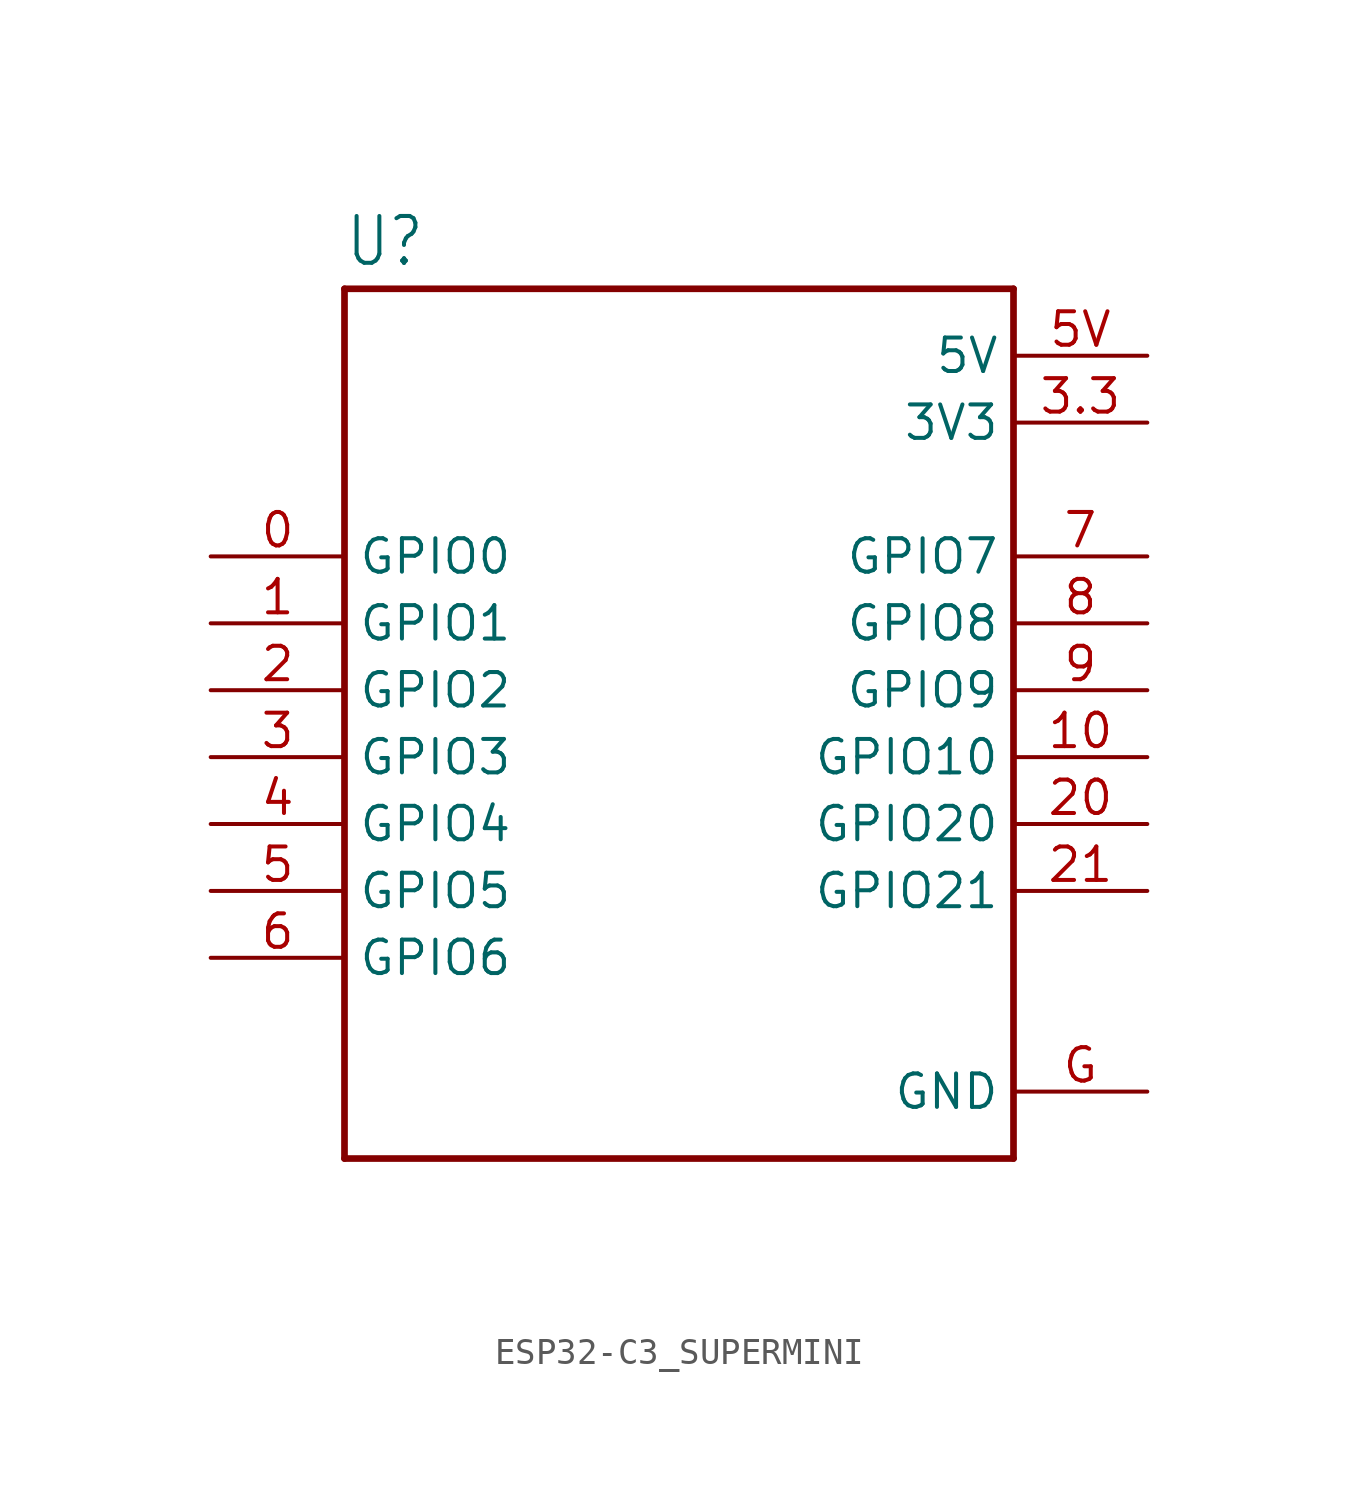
<source format=kicad_sym>
(kicad_symbol_lib
  (version 20231120)
  (generator "kicad_symbol_editor")
  (generator_version "8.0")
  (symbol "ESP32-C3_SUPERMINI"
    (property "Reference" "U"
      (at -12.7 16.002 0)
      (effects (font (size 1.778 1.511)) (justify left bottom)))
    (property "Value" ""
      (at -12.7 -20.32 0)
      (effects (font (size 1.778 1.511)) (justify left bottom)))
    (property "ki_locked" ""
      (at 0 0 0)
      (effects (font (size 1.27 1.27))))
    (symbol "ESP32-C3_SUPERMINI_1_0"
      (polyline (pts (xy -12.7 -17.78) (xy 12.7 -17.78)) (stroke (width 0.254) (type solid)) (fill (type none)))
      (polyline (pts (xy -12.7 15.24) (xy -12.7 -17.78)) (stroke (width 0.254) (type solid)) (fill (type none)))
      (polyline (pts (xy 12.7 -17.78) (xy 12.7 15.24)) (stroke (width 0.254) (type solid)) (fill (type none)))
      (polyline (pts (xy 12.7 15.24) (xy -12.7 15.24)) (stroke (width 0.254) (type solid)) (fill (type none)))
      (pin bidirectional line (at -17.78 5.08 0) (length 5.08) (name "GPIO0" (effects (font (size 1.27 1.27)))) (number "0" (effects (font (size 1.27 1.27)))))
      (pin bidirectional line (at -17.78 2.54 0) (length 5.08) (name "GPIO1" (effects (font (size 1.27 1.27)))) (number "1" (effects (font (size 1.27 1.27)))))
      (pin bidirectional line (at 17.78 -2.54 180) (length 5.08) (name "GPIO10" (effects (font (size 1.27 1.27)))) (number "10" (effects (font (size 1.27 1.27)))))
      (pin bidirectional line (at -17.78 0 0) (length 5.08) (name "GPIO2" (effects (font (size 1.27 1.27)))) (number "2" (effects (font (size 1.27 1.27)))))
      (pin bidirectional line (at 17.78 -5.08 180) (length 5.08) (name "GPIO20" (effects (font (size 1.27 1.27)))) (number "20" (effects (font (size 1.27 1.27)))))
      (pin bidirectional line (at 17.78 -7.62 180) (length 5.08) (name "GPIO21" (effects (font (size 1.27 1.27)))) (number "21" (effects (font (size 1.27 1.27)))))
      (pin bidirectional line (at -17.78 -2.54 0) (length 5.08) (name "GPIO3" (effects (font (size 1.27 1.27)))) (number "3" (effects (font (size 1.27 1.27)))))
      (pin power_in line (at 17.78 10.16 180) (length 5.08) (name "3V3" (effects (font (size 1.27 1.27)))) (number "3.3" (effects (font (size 1.27 1.27)))))
      (pin bidirectional line (at -17.78 -5.08 0) (length 5.08) (name "GPIO4" (effects (font (size 1.27 1.27)))) (number "4" (effects (font (size 1.27 1.27)))))
      (pin bidirectional line (at -17.78 -7.62 0) (length 5.08) (name "GPIO5" (effects (font (size 1.27 1.27)))) (number "5" (effects (font (size 1.27 1.27)))))
      (pin power_in line (at 17.78 12.7 180) (length 5.08) (name "5V" (effects (font (size 1.27 1.27)))) (number "5V" (effects (font (size 1.27 1.27)))))
      (pin bidirectional line (at -17.78 -10.16 0) (length 5.08) (name "GPIO6" (effects (font (size 1.27 1.27)))) (number "6" (effects (font (size 1.27 1.27)))))
      (pin bidirectional line (at 17.78 5.08 180) (length 5.08) (name "GPIO7" (effects (font (size 1.27 1.27)))) (number "7" (effects (font (size 1.27 1.27)))))
      (pin bidirectional line (at 17.78 2.54 180) (length 5.08) (name "GPIO8" (effects (font (size 1.27 1.27)))) (number "8" (effects (font (size 1.27 1.27)))))
      (pin bidirectional line (at 17.78 0 180) (length 5.08) (name "GPIO9" (effects (font (size 1.27 1.27)))) (number "9" (effects (font (size 1.27 1.27)))))
      (pin power_in line (at 17.78 -15.24 180) (length 5.08) (name "GND" (effects (font (size 1.27 1.27)))) (number "G" (effects (font (size 1.27 1.27))))))))
</source>
